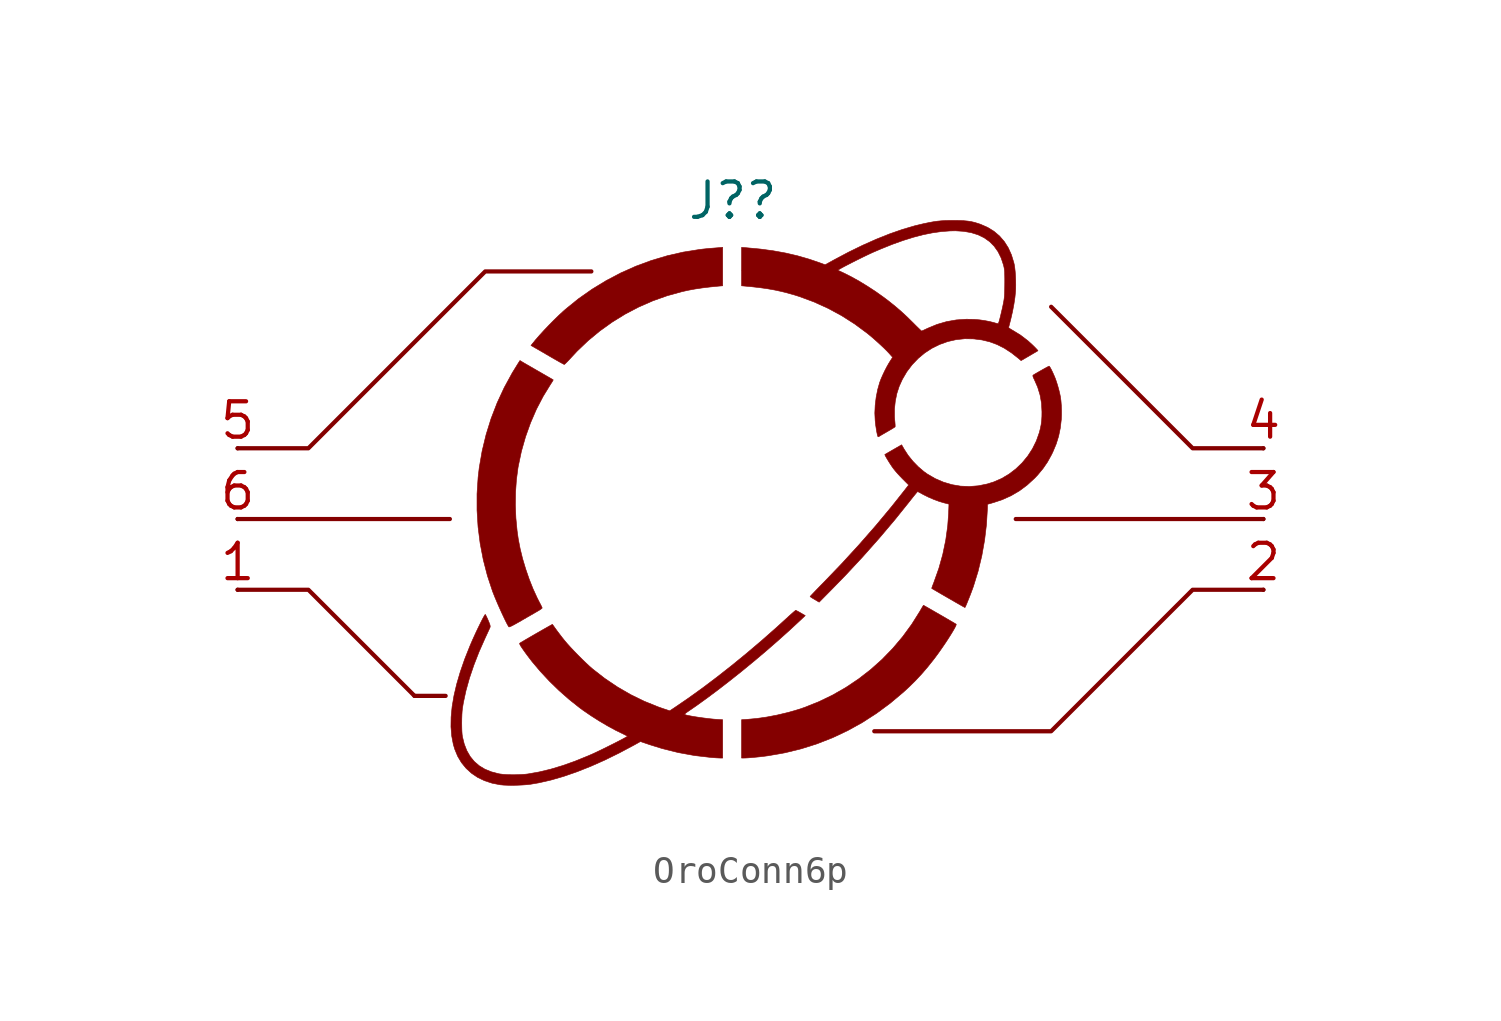
<source format=kicad_sym>
(kicad_symbol_lib
  (version 20220914)
  (generator kicad_symbol_editor)
  (symbol "OroConn6p"
    (pin_names
      (offset 0.002) hide)
    (property "Reference" "J?"
      (at 0 10.16 0)
      (effects (font (size 1.27 1.27))))
    (symbol "OroConn6p_0_0"
      (polyline (pts (xy -6.037 4.289) (xy -6 4.323) (xy -5.944 4.379) (xy -5.875 4.451) (xy -5.798 4.535) (xy -5.593 4.755) (xy -5.197 5.133) (xy -4.775 5.482) (xy -4.33 5.801) (xy -3.863 6.089) (xy -3.377 6.343) (xy -2.875 6.563) (xy -2.36 6.746) (xy -1.833 6.892) (xy -1.605 6.943) (xy -1.357 6.989) (xy -1.097 7.028) (xy -0.814 7.062) (xy -0.5 7.093) (xy -0.365 7.104) (xy -0.365 7.795) (xy -0.365 8.485) (xy -0.49 8.474) (xy -0.574 8.467) (xy -0.677 8.459) (xy -0.775 8.451) (xy -0.836 8.447) (xy -0.943 8.436) (xy -1.061 8.424) (xy -1.175 8.41) (xy -1.186 8.409) (xy -1.772 8.316) (xy -2.351 8.184) (xy -2.92 8.015) (xy -3.478 7.809) (xy -4.021 7.567) (xy -4.547 7.29) (xy -5.055 6.98) (xy -5.542 6.638) (xy -6.005 6.263) (xy -6.079 6.198) (xy -6.244 6.046) (xy -6.418 5.877) (xy -6.596 5.697) (xy -6.771 5.513) (xy -6.935 5.334) (xy -7.082 5.165) (xy -7.204 5.015) (xy -7.247 4.961) (xy -7.141 4.901) (xy -7.097 4.875) (xy -7.023 4.833) (xy -6.926 4.777) (xy -6.812 4.711) (xy -6.687 4.637) (xy -6.555 4.561) (xy -6.542 4.553) (xy -6.417 4.481) (xy -6.303 4.416) (xy -6.205 4.36) (xy -6.127 4.318) (xy -6.075 4.29) (xy -6.052 4.28) (xy -6.037 4.289)) (stroke (width 0.01) (type default)) (fill (type outline)))
      (polyline (pts (xy 0.451 -9.851) (xy 0.556 -9.845) (xy 0.686 -9.835) (xy 0.831 -9.821) (xy 0.982 -9.806) (xy 1.129 -9.788) (xy 1.265 -9.77) (xy 1.278 -9.768) (xy 1.875 -9.663) (xy 2.458 -9.52) (xy 3.029 -9.339) (xy 3.585 -9.121) (xy 4.126 -8.866) (xy 4.651 -8.575) (xy 5.16 -8.247) (xy 5.651 -7.884) (xy 6.125 -7.486) (xy 6.34 -7.288) (xy 6.567 -7.063) (xy 6.782 -6.832) (xy 6.995 -6.584) (xy 7.214 -6.309) (xy 7.279 -6.223) (xy 7.374 -6.094) (xy 7.471 -5.957) (xy 7.568 -5.817) (xy 7.662 -5.677) (xy 7.75 -5.542) (xy 7.83 -5.415) (xy 7.9 -5.3) (xy 7.956 -5.203) (xy 7.997 -5.125) (xy 8.019 -5.072) (xy 8.021 -5.048) (xy 8.021 -5.048) (xy 7.999 -5.034) (xy 7.948 -5.003) (xy 7.873 -4.959) (xy 7.778 -4.904) (xy 7.669 -4.84) (xy 7.551 -4.771) (xy 7.427 -4.7) (xy 7.304 -4.629) (xy 7.186 -4.561) (xy 7.079 -4.499) (xy 6.986 -4.446) (xy 6.913 -4.405) (xy 6.865 -4.378) (xy 6.846 -4.368) (xy 6.838 -4.378) (xy 6.814 -4.417) (xy 6.778 -4.478) (xy 6.734 -4.553) (xy 6.719 -4.58) (xy 6.424 -5.049) (xy 6.098 -5.495) (xy 5.742 -5.916) (xy 5.358 -6.311) (xy 4.948 -6.677) (xy 4.513 -7.014) (xy 4.056 -7.32) (xy 3.578 -7.593) (xy 3.08 -7.833) (xy 2.565 -8.038) (xy 2.334 -8.115) (xy 1.978 -8.217) (xy 1.609 -8.305) (xy 1.236 -8.377) (xy 0.873 -8.43) (xy 0.53 -8.462) (xy 0.315 -8.476) (xy 0.315 -9.164) (xy 0.315 -9.852) (xy 0.394 -9.852) (xy 0.451 -9.851)) (stroke (width 0.01) (type default)) (fill (type outline)))
      (polyline (pts (xy -7.995 -5.134) (xy -7.936 -5.107) (xy -7.85 -5.062) (xy -7.735 -4.998) (xy -7.589 -4.915) (xy -7.514 -4.871) (xy -7.385 -4.796) (xy -7.261 -4.725) (xy -7.151 -4.662) (xy -7.062 -4.61) (xy -7 -4.574) (xy -6.967 -4.555) (xy -6.904 -4.515) (xy -6.861 -4.483) (xy -6.845 -4.465) (xy -6.85 -4.45) (xy -6.87 -4.405) (xy -6.902 -4.34) (xy -6.944 -4.262) (xy -7.027 -4.098) (xy -7.175 -3.774) (xy -7.313 -3.426) (xy -7.438 -3.063) (xy -7.548 -2.695) (xy -7.637 -2.332) (xy -7.704 -1.984) (xy -7.745 -1.695) (xy -7.789 -1.235) (xy -7.808 -0.77) (xy -7.801 -0.308) (xy -7.77 0.14) (xy -7.714 0.566) (xy -7.701 0.638) (xy -7.59 1.164) (xy -7.443 1.681) (xy -7.263 2.184) (xy -7.052 2.671) (xy -6.81 3.135) (xy -6.54 3.575) (xy -6.519 3.606) (xy -6.481 3.666) (xy -6.456 3.709) (xy -6.448 3.727) (xy -6.452 3.729) (xy -6.483 3.748) (xy -6.543 3.783) (xy -6.628 3.832) (xy -6.733 3.892) (xy -6.853 3.962) (xy -6.985 4.038) (xy -7.031 4.064) (xy -7.164 4.141) (xy -7.287 4.212) (xy -7.395 4.274) (xy -7.483 4.325) (xy -7.546 4.362) (xy -7.579 4.382) (xy -7.643 4.421) (xy -7.717 4.305) (xy -7.919 3.978) (xy -8.209 3.446) (xy -8.463 2.898) (xy -8.68 2.335) (xy -8.859 1.76) (xy -9.001 1.173) (xy -9.104 0.576) (xy -9.145 0.229) (xy -9.184 -0.364) (xy -9.184 -0.959) (xy -9.147 -1.555) (xy -9.072 -2.147) (xy -8.96 -2.732) (xy -8.811 -3.307) (xy -8.626 -3.868) (xy -8.596 -3.944) (xy -8.545 -4.072) (xy -8.486 -4.213) (xy -8.422 -4.362) (xy -8.355 -4.512) (xy -8.288 -4.659) (xy -8.224 -4.796) (xy -8.165 -4.918) (xy -8.113 -5.021) (xy -8.071 -5.097) (xy -8.042 -5.142) (xy -8.03 -5.144) (xy -7.995 -5.134)) (stroke (width 0.01) (type default)) (fill (type outline)))
      (polyline (pts (xy 8.335 -4.448) (xy 8.346 -4.429) (xy 8.369 -4.379) (xy 8.401 -4.305) (xy 8.438 -4.213) (xy 8.48 -4.11) (xy 8.523 -4.001) (xy 8.564 -3.893) (xy 8.601 -3.793) (xy 8.632 -3.708) (xy 8.643 -3.676) (xy 8.807 -3.144) (xy 8.94 -2.592) (xy 9.04 -2.029) (xy 9.108 -1.462) (xy 9.141 -0.898) (xy 9.145 -0.741) (xy 9.375 -0.675) (xy 9.67 -0.577) (xy 9.989 -0.434) (xy 10.287 -0.26) (xy 10.568 -0.051) (xy 10.835 0.194) (xy 10.946 0.311) (xy 11.135 0.539) (xy 11.299 0.778) (xy 11.445 1.043) (xy 11.493 1.143) (xy 11.612 1.427) (xy 11.699 1.707) (xy 11.759 1.998) (xy 11.795 2.31) (xy 11.802 2.455) (xy 11.802 2.628) (xy 11.795 2.807) (xy 11.782 2.975) (xy 11.763 3.118) (xy 11.74 3.229) (xy 11.707 3.366) (xy 11.667 3.51) (xy 11.625 3.646) (xy 11.586 3.759) (xy 11.573 3.792) (xy 11.53 3.894) (xy 11.486 3.993) (xy 11.443 4.082) (xy 11.405 4.153) (xy 11.375 4.201) (xy 11.357 4.219) (xy 11.354 4.218) (xy 11.324 4.204) (xy 11.268 4.175) (xy 11.195 4.135) (xy 11.111 4.088) (xy 11.023 4.038) (xy 10.939 3.99) (xy 10.865 3.947) (xy 10.81 3.914) (xy 10.781 3.894) (xy 10.774 3.884) (xy 10.776 3.854) (xy 10.795 3.802) (xy 10.833 3.721) (xy 10.945 3.466) (xy 11.032 3.182) (xy 11.084 2.888) (xy 11.1 2.578) (xy 11.098 2.418) (xy 11.089 2.263) (xy 11.071 2.123) (xy 11.043 1.983) (xy 11.004 1.83) (xy 11.003 1.827) (xy 10.898 1.532) (xy 10.759 1.252) (xy 10.589 0.99) (xy 10.39 0.749) (xy 10.165 0.532) (xy 9.918 0.343) (xy 9.652 0.185) (xy 9.37 0.062) (xy 9.133 -0.012) (xy 8.814 -0.077) (xy 8.495 -0.102) (xy 8.178 -0.089) (xy 7.866 -0.036) (xy 7.56 0.055) (xy 7.263 0.183) (xy 6.977 0.35) (xy 6.864 0.431) (xy 6.659 0.605) (xy 6.465 0.805) (xy 6.292 1.02) (xy 6.149 1.241) (xy 6.061 1.395) (xy 5.763 1.223) (xy 5.683 1.177) (xy 5.595 1.126) (xy 5.525 1.085) (xy 5.477 1.057) (xy 5.458 1.045) (xy 5.459 1.038) (xy 5.475 1.002) (xy 5.507 0.944) (xy 5.551 0.869) (xy 5.602 0.786) (xy 5.657 0.7) (xy 5.711 0.619) (xy 5.761 0.548) (xy 5.772 0.534) (xy 5.836 0.454) (xy 5.918 0.359) (xy 6.009 0.261) (xy 6.098 0.169) (xy 6.315 -0.048) (xy 6.101 -0.321) (xy 5.704 -0.821) (xy 5.133 -1.507) (xy 4.534 -2.191) (xy 3.905 -2.877) (xy 3.24 -3.569) (xy 3.163 -3.647) (xy 3.058 -3.755) (xy 2.965 -3.851) (xy 2.887 -3.933) (xy 2.827 -3.996) (xy 2.789 -4.037) (xy 2.775 -4.053) (xy 2.78 -4.059) (xy 2.812 -4.082) (xy 2.867 -4.117) (xy 2.938 -4.159) (xy 3.1 -4.255) (xy 3.583 -3.766) (xy 4.052 -3.284) (xy 4.661 -2.63) (xy 5.25 -1.966) (xy 5.813 -1.301) (xy 6.344 -0.64) (xy 6.385 -0.587) (xy 6.462 -0.49) (xy 6.529 -0.407) (xy 6.583 -0.342) (xy 6.619 -0.3) (xy 6.635 -0.285) (xy 6.646 -0.289) (xy 6.686 -0.308) (xy 6.748 -0.341) (xy 6.823 -0.383) (xy 6.85 -0.397) (xy 7.024 -0.484) (xy 7.217 -0.567) (xy 7.41 -0.638) (xy 7.588 -0.691) (xy 7.761 -0.735) (xy 7.749 -1.055) (xy 7.716 -1.517) (xy 7.645 -2.028) (xy 7.539 -2.538) (xy 7.399 -3.039) (xy 7.226 -3.526) (xy 7.224 -3.533) (xy 7.19 -3.62) (xy 7.163 -3.692) (xy 7.146 -3.741) (xy 7.142 -3.761) (xy 7.153 -3.768) (xy 7.195 -3.792) (xy 7.264 -3.833) (xy 7.357 -3.887) (xy 7.469 -3.953) (xy 7.597 -4.027) (xy 7.736 -4.107) (xy 7.844 -4.169) (xy 7.975 -4.245) (xy 8.092 -4.312) (xy 8.19 -4.368) (xy 8.266 -4.411) (xy 8.316 -4.438) (xy 8.335 -4.448) (xy 8.335 -4.448)) (stroke (width 0.01) (type default)) (fill (type outline)))
      (polyline (pts (xy -7.73 -10.828) (xy -7.557 -10.82) (xy -7.398 -10.809) (xy -7.261 -10.793) (xy -6.97 -10.743) (xy -6.532 -10.643) (xy -6.075 -10.511) (xy -5.6 -10.347) (xy -5.108 -10.152) (xy -4.601 -9.927) (xy -4.08 -9.671) (xy -3.546 -9.387) (xy -3.317 -9.259) (xy -2.976 -9.375) (xy -2.541 -9.51) (xy -1.962 -9.655) (xy -1.375 -9.762) (xy -0.775 -9.832) (xy -0.685 -9.839) (xy -0.586 -9.846) (xy -0.504 -9.85) (xy -0.45 -9.852) (xy -0.365 -9.852) (xy -0.365 -9.165) (xy -0.365 -8.477) (xy -0.577 -8.463) (xy -0.665 -8.457) (xy -0.797 -8.444) (xy -0.941 -8.427) (xy -1.089 -8.408) (xy -1.236 -8.387) (xy -1.374 -8.366) (xy -1.499 -8.344) (xy -1.603 -8.324) (xy -1.679 -8.306) (xy -1.723 -8.291) (xy -1.726 -8.289) (xy -1.723 -8.27) (xy -1.69 -8.238) (xy -1.623 -8.19) (xy -1.326 -7.986) (xy -0.931 -7.702) (xy -0.519 -7.394) (xy -0.095 -7.066) (xy 0.336 -6.723) (xy 0.769 -6.367) (xy 1.199 -6.004) (xy 1.621 -5.636) (xy 2.031 -5.269) (xy 2.423 -4.905) (xy 2.601 -4.737) (xy 2.439 -4.643) (xy 2.399 -4.62) (xy 2.332 -4.583) (xy 2.283 -4.558) (xy 2.259 -4.548) (xy 2.256 -4.549) (xy 2.229 -4.57) (xy 2.178 -4.613) (xy 2.109 -4.674) (xy 2.026 -4.748) (xy 1.933 -4.833) (xy 1.566 -5.167) (xy 1.039 -5.632) (xy 0.505 -6.085) (xy -0.029 -6.522) (xy -0.561 -6.94) (xy -1.084 -7.335) (xy -1.596 -7.703) (xy -2.09 -8.041) (xy -2.265 -8.157) (xy -2.516 -8.073) (xy -2.683 -8.014) (xy -3.183 -7.812) (xy -3.67 -7.574) (xy -4.144 -7.299) (xy -4.6 -6.992) (xy -5.035 -6.653) (xy -5.037 -6.651) (xy -5.146 -6.556) (xy -5.273 -6.437) (xy -5.412 -6.303) (xy -5.556 -6.159) (xy -5.697 -6.014) (xy -5.829 -5.874) (xy -5.945 -5.746) (xy -6.037 -5.637) (xy -6.117 -5.538) (xy -6.215 -5.41) (xy -6.314 -5.279) (xy -6.403 -5.156) (xy -6.476 -5.053) (xy -6.476 -5.053) (xy -6.496 -5.062) (xy -6.545 -5.089) (xy -6.619 -5.13) (xy -6.712 -5.183) (xy -6.82 -5.244) (xy -6.938 -5.312) (xy -7.061 -5.382) (xy -7.184 -5.453) (xy -7.302 -5.522) (xy -7.411 -5.585) (xy -7.505 -5.641) (xy -7.58 -5.685) (xy -7.631 -5.716) (xy -7.653 -5.731) (xy -7.656 -5.74) (xy -7.646 -5.774) (xy -7.614 -5.832) (xy -7.56 -5.914) (xy -7.483 -6.024) (xy -7.382 -6.163) (xy -7.208 -6.39) (xy -6.907 -6.747) (xy -6.579 -7.098) (xy -6.231 -7.436) (xy -5.87 -7.753) (xy -5.505 -8.043) (xy -5.376 -8.138) (xy -5.096 -8.33) (xy -4.801 -8.518) (xy -4.502 -8.695) (xy -4.208 -8.855) (xy -3.93 -8.991) (xy -3.911 -9) (xy -3.847 -9.032) (xy -3.802 -9.057) (xy -3.785 -9.071) (xy -3.791 -9.077) (xy -3.826 -9.099) (xy -3.89 -9.134) (xy -3.977 -9.181) (xy -4.084 -9.237) (xy -4.205 -9.299) (xy -4.336 -9.365) (xy -4.472 -9.433) (xy -4.607 -9.5) (xy -4.738 -9.564) (xy -4.859 -9.622) (xy -4.967 -9.673) (xy -5.055 -9.713) (xy -5.194 -9.773) (xy -5.663 -9.964) (xy -6.111 -10.123) (xy -6.54 -10.252) (xy -6.952 -10.351) (xy -7.351 -10.422) (xy -7.434 -10.432) (xy -7.589 -10.444) (xy -7.758 -10.451) (xy -7.931 -10.452) (xy -8.097 -10.448) (xy -8.245 -10.438) (xy -8.364 -10.423) (xy -8.409 -10.415) (xy -8.67 -10.347) (xy -8.903 -10.252) (xy -9.106 -10.129) (xy -9.282 -9.977) (xy -9.43 -9.797) (xy -9.55 -9.588) (xy -9.643 -9.35) (xy -9.709 -9.082) (xy -9.72 -8.998) (xy -9.728 -8.882) (xy -9.732 -8.743) (xy -9.734 -8.593) (xy -9.732 -8.441) (xy -9.727 -8.295) (xy -9.719 -8.165) (xy -9.707 -8.061) (xy -9.675 -7.865) (xy -9.582 -7.435) (xy -9.457 -6.985) (xy -9.299 -6.518) (xy -9.111 -6.035) (xy -8.891 -5.539) (xy -8.851 -5.453) (xy -8.804 -5.351) (xy -8.764 -5.265) (xy -8.735 -5.2) (xy -8.719 -5.165) (xy -8.712 -5.143) (xy -8.712 -5.11) (xy -8.722 -5.066) (xy -8.745 -5.002) (xy -8.783 -4.91) (xy -8.813 -4.841) (xy -8.847 -4.769) (xy -8.873 -4.718) (xy -8.888 -4.696) (xy -8.891 -4.697) (xy -8.909 -4.721) (xy -8.941 -4.776) (xy -8.985 -4.856) (xy -9.037 -4.958) (xy -9.095 -5.076) (xy -9.158 -5.205) (xy -9.223 -5.342) (xy -9.287 -5.482) (xy -9.349 -5.619) (xy -9.405 -5.749) (xy -9.435 -5.819) (xy -9.626 -6.297) (xy -9.785 -6.756) (xy -9.914 -7.194) (xy -10.012 -7.612) (xy -10.079 -8.008) (xy -10.115 -8.382) (xy -10.12 -8.733) (xy -10.093 -9.061) (xy -10.035 -9.365) (xy -9.984 -9.535) (xy -9.878 -9.79) (xy -9.741 -10.02) (xy -9.574 -10.224) (xy -9.38 -10.4) (xy -9.159 -10.549) (xy -8.912 -10.667) (xy -8.64 -10.756) (xy -8.345 -10.813) (xy -8.342 -10.813) (xy -8.222 -10.824) (xy -8.072 -10.83) (xy -7.905 -10.832) (xy -7.73 -10.828)) (stroke (width 0.01) (type default)) (fill (type outline)))
      (polyline (pts (xy 5.26 1.701) (xy 5.269 1.706) (xy 5.313 1.733) (xy 5.381 1.773) (xy 5.466 1.822) (xy 5.561 1.877) (xy 5.601 1.9) (xy 5.688 1.951) (xy 5.758 1.994) (xy 5.807 2.025) (xy 5.827 2.04) (xy 5.827 2.04) (xy 5.829 2.067) (xy 5.827 2.124) (xy 5.821 2.204) (xy 5.812 2.299) (xy 5.804 2.404) (xy 5.804 2.681) (xy 5.834 2.963) (xy 5.89 3.238) (xy 5.973 3.493) (xy 6.085 3.741) (xy 6.247 4.018) (xy 6.438 4.27) (xy 6.654 4.496) (xy 6.892 4.694) (xy 7.15 4.862) (xy 7.426 4.998) (xy 7.716 5.102) (xy 8.019 5.171) (xy 8.331 5.204) (xy 8.65 5.198) (xy 8.651 5.198) (xy 8.946 5.16) (xy 9.224 5.093) (xy 9.489 4.995) (xy 9.748 4.864) (xy 10.004 4.697) (xy 10.262 4.494) (xy 10.35 4.418) (xy 10.648 4.591) (xy 10.726 4.637) (xy 10.815 4.689) (xy 10.887 4.731) (xy 10.935 4.76) (xy 10.955 4.773) (xy 10.954 4.778) (xy 10.932 4.805) (xy 10.888 4.852) (xy 10.827 4.915) (xy 10.753 4.987) (xy 10.597 5.129) (xy 10.324 5.337) (xy 10.04 5.511) (xy 10.02 5.521) (xy 9.957 5.56) (xy 9.915 5.592) (xy 9.903 5.612) (xy 9.905 5.618) (xy 9.916 5.657) (xy 9.934 5.724) (xy 9.956 5.812) (xy 9.982 5.913) (xy 9.984 5.921) (xy 10.044 6.183) (xy 10.093 6.443) (xy 10.13 6.69) (xy 10.152 6.912) (xy 10.156 6.99) (xy 10.158 7.139) (xy 10.156 7.301) (xy 10.149 7.464) (xy 10.138 7.619) (xy 10.123 7.755) (xy 10.106 7.862) (xy 10.089 7.937) (xy 10.003 8.217) (xy 9.889 8.47) (xy 9.746 8.695) (xy 9.575 8.892) (xy 9.376 9.061) (xy 9.149 9.201) (xy 8.895 9.312) (xy 8.813 9.34) (xy 8.686 9.379) (xy 8.563 9.408) (xy 8.435 9.428) (xy 8.293 9.441) (xy 8.13 9.448) (xy 7.935 9.451) (xy 7.815 9.45) (xy 7.643 9.447) (xy 7.489 9.438) (xy 7.343 9.424) (xy 7.193 9.402) (xy 7.027 9.371) (xy 6.835 9.331) (xy 6.532 9.258) (xy 6.093 9.129) (xy 5.633 8.969) (xy 5.157 8.779) (xy 4.664 8.56) (xy 4.158 8.313) (xy 3.64 8.038) (xy 3.316 7.859) (xy 3.095 7.94) (xy 2.74 8.061) (xy 2.324 8.181) (xy 1.895 8.281) (xy 1.447 8.362) (xy 0.974 8.425) (xy 0.47 8.472) (xy 0.315 8.484) (xy 0.315 7.794) (xy 0.315 7.663) (xy 3.768 7.663) (xy 3.836 7.705) (xy 3.845 7.71) (xy 3.912 7.748) (xy 4.008 7.8) (xy 4.126 7.861) (xy 4.26 7.93) (xy 4.402 8.002) (xy 4.547 8.074) (xy 4.689 8.144) (xy 4.82 8.207) (xy 4.934 8.261) (xy 5.025 8.303) (xy 5.317 8.428) (xy 5.73 8.594) (xy 6.119 8.733) (xy 6.487 8.848) (xy 6.836 8.939) (xy 7.17 9.006) (xy 7.492 9.052) (xy 7.805 9.075) (xy 7.989 9.079) (xy 8.288 9.06) (xy 8.561 9.012) (xy 8.807 8.935) (xy 9.026 8.828) (xy 9.219 8.691) (xy 9.384 8.525) (xy 9.523 8.329) (xy 9.634 8.105) (xy 9.718 7.852) (xy 9.724 7.828) (xy 9.738 7.768) (xy 9.748 7.711) (xy 9.756 7.649) (xy 9.761 7.575) (xy 9.763 7.482) (xy 9.765 7.363) (xy 9.765 7.211) (xy 9.764 7.113) (xy 9.762 6.958) (xy 9.758 6.832) (xy 9.752 6.726) (xy 9.742 6.635) (xy 9.729 6.551) (xy 9.716 6.484) (xy 9.694 6.375) (xy 9.668 6.258) (xy 9.64 6.138) (xy 9.613 6.024) (xy 9.587 5.921) (xy 9.564 5.837) (xy 9.546 5.779) (xy 9.535 5.753) (xy 9.523 5.749) (xy 9.481 5.752) (xy 9.422 5.768) (xy 9.369 5.784) (xy 9.217 5.822) (xy 9.043 5.855) (xy 8.863 5.881) (xy 8.688 5.896) (xy 8.389 5.904) (xy 8.025 5.879) (xy 7.673 5.817) (xy 7.331 5.717) (xy 6.997 5.579) (xy 6.921 5.543) (xy 6.85 5.51) (xy 6.799 5.488) (xy 6.777 5.48) (xy 6.776 5.48) (xy 6.755 5.498) (xy 6.711 5.54) (xy 6.648 5.601) (xy 6.571 5.676) (xy 6.485 5.763) (xy 6.478 5.77) (xy 6.25 5.994) (xy 6.032 6.195) (xy 5.811 6.384) (xy 5.575 6.572) (xy 5.418 6.69) (xy 5.13 6.895) (xy 4.83 7.091) (xy 4.53 7.274) (xy 4.237 7.436) (xy 3.961 7.574) (xy 3.768 7.663) (xy 0.315 7.663) (xy 0.315 7.104) (xy 0.45 7.092) (xy 0.666 7.072) (xy 0.964 7.038) (xy 1.236 7) (xy 1.49 6.955) (xy 1.734 6.903) (xy 1.976 6.842) (xy 2.225 6.771) (xy 2.405 6.714) (xy 2.921 6.522) (xy 3.425 6.293) (xy 3.912 6.029) (xy 4.379 5.731) (xy 4.825 5.401) (xy 4.913 5.329) (xy 5.041 5.221) (xy 5.174 5.103) (xy 5.305 4.983) (xy 5.427 4.868) (xy 5.532 4.764) (xy 5.613 4.678) (xy 5.738 4.538) (xy 5.634 4.375) (xy 5.601 4.322) (xy 5.528 4.193) (xy 5.453 4.048) (xy 5.382 3.898) (xy 5.321 3.758) (xy 5.275 3.638) (xy 5.202 3.382) (xy 5.147 3.103) (xy 5.112 2.816) (xy 5.099 2.535) (xy 5.111 2.273) (xy 5.116 2.219) (xy 5.131 2.092) (xy 5.15 1.967) (xy 5.169 1.854) (xy 5.188 1.761) (xy 5.206 1.7) (xy 5.209 1.691) (xy 5.226 1.683) (xy 5.26 1.701)) (stroke (width 0.01) (type default)) (fill (type outline)))
      (pin unspecified line (at -17.78 -3.81 0) (length 0) (name "1" (effects (font (size 0 0)))) (number "1" (effects (font (size 1.27 1.27)))))
      (pin unspecified line (at 19.05 -3.81 0) (length 0) (name "2" (effects (font (size 0 0)))) (number "2" (effects (font (size 1.27 1.27)))))
      (pin unspecified line (at 19.05 -1.27 0) (length 0) (name "3" (effects (font (size 0 0)))) (number "3" (effects (font (size 1.27 1.27)))))
      (pin unspecified line (at 19.05 1.27 0) (length 0) (name "4" (effects (font (size 0 0)))) (number "4" (effects (font (size 1.27 1.27)))))
      (pin unspecified line (at -17.78 1.27 0) (length 0) (name "5" (effects (font (size 0 0)))) (number "5" (effects (font (size 1.27 1.27)))))
      (pin unspecified line (at -17.78 -1.27 0) (length 0) (name "6" (effects (font (size 0 0)))) (number "6" (effects (font (size 1.27 1.27))))))
    (symbol "OroConn6p_0_1"
      (polyline (pts (xy -17.78 -1.27) (xy -10.16 -1.27)) (stroke (width 0) (type default)) (fill (type none)))
      (polyline (pts (xy -11.43 -7.62) (xy -10.312 -7.62)) (stroke (width 0) (type default)) (fill (type none)))
      (polyline (pts (xy 19.05 -1.27) (xy 10.16 -1.27)) (stroke (width 0) (type default)) (fill (type none)))
      (polyline (pts (xy -17.78 -3.81) (xy -15.24 -3.81) (xy -11.43 -7.62)) (stroke (width 0) (type default)) (fill (type none)))
      (polyline (pts (xy 19.05 1.27) (xy 16.51 1.27) (xy 11.43 6.35)) (stroke (width 0) (type default)) (fill (type none)))
      (polyline (pts (xy -5.08 7.62) (xy -8.89 7.62) (xy -15.24 1.27) (xy -17.78 1.27)) (stroke (width 0) (type default)) (fill (type none)))
      (polyline (pts (xy 19.05 -3.81) (xy 16.51 -3.81) (xy 11.43 -8.89) (xy 5.08 -8.89)) (stroke (width 0) (type default)) (fill (type none))))))
</source>
